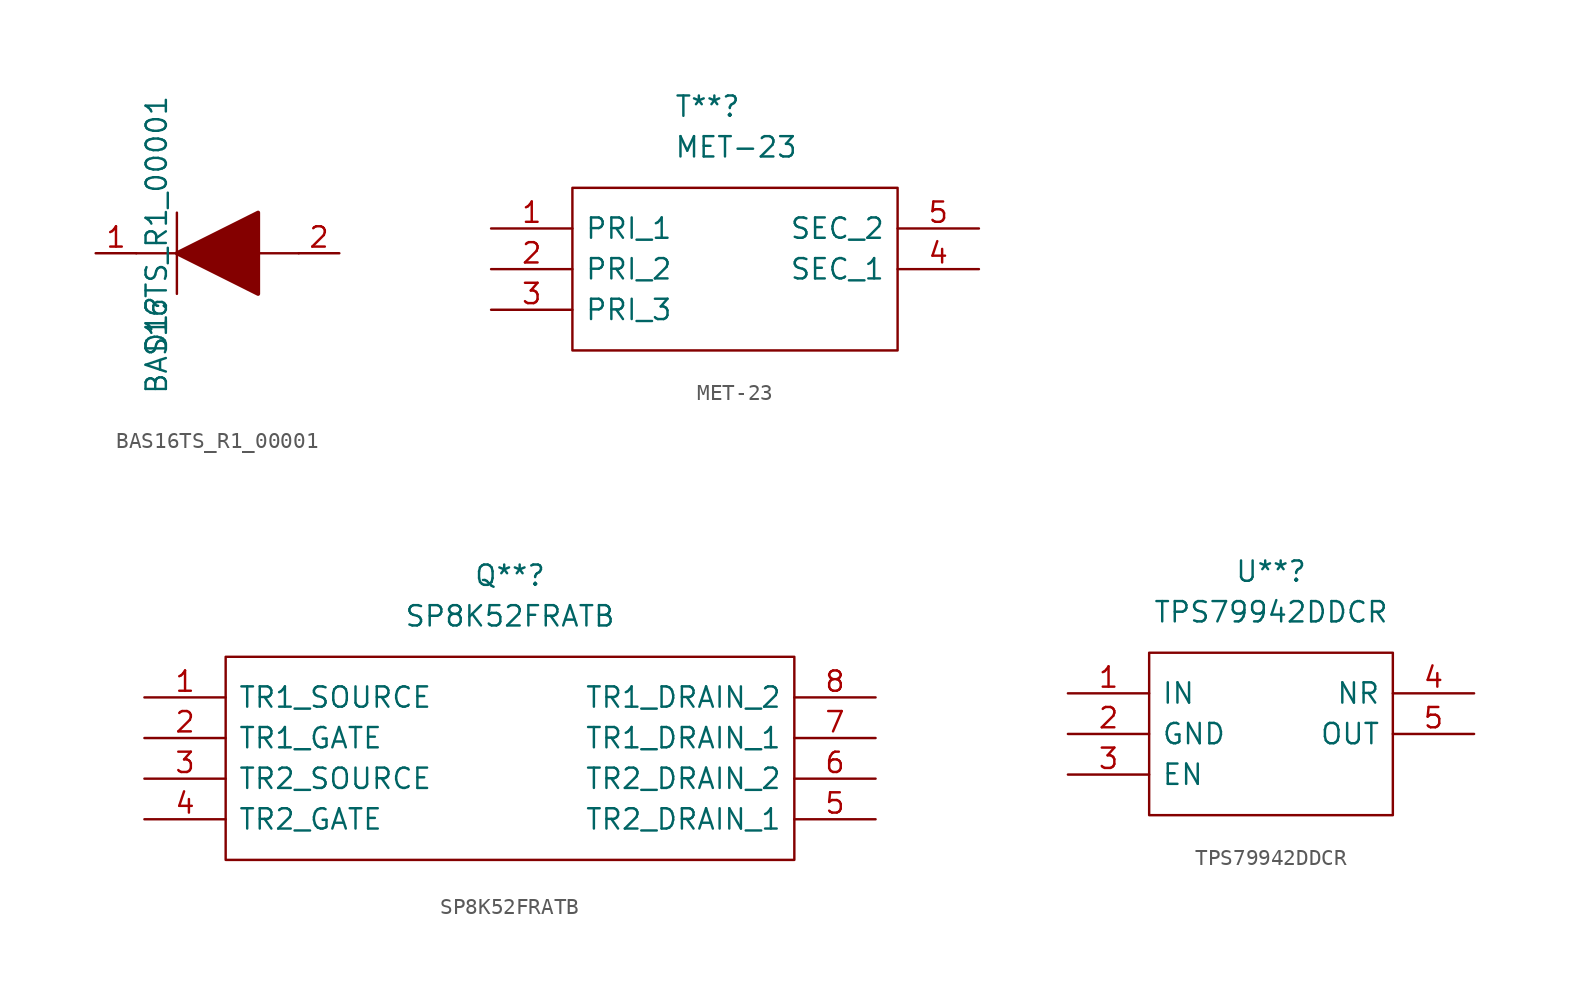
<source format=kicad_sym>
(kicad_symbol_lib
  (version 20211014)
  (generator kicad_symbol_editor)
  (symbol "BAS16TS_R1_00001"
    (pin_names
      (offset 0.762))
    (property "Reference" "D1"
      (at 3.81 -6.35 90)
      (effects (font (size 1.27 1.27)) (justify left)))
    (property "Value" "BAS16TS_R1_00001"
      (at 3.81 -8.89 90)
      (effects (font (size 1.27 1.27)) (justify left)))
    (symbol "BAS16TS_R1_00001_0_0"
      (pin passive line (at 0 0 0) (length 2.54) (name "~" (effects (font (size 1.27 1.27)))) (number "1" (effects (font (size 1.27 1.27)))))
      (pin passive line (at 15.24 0 180) (length 2.54) (name "~" (effects (font (size 1.27 1.27)))) (number "2" (effects (font (size 1.27 1.27))))))
    (symbol "BAS16TS_R1_00001_0_1"
      (polyline (pts (xy 2.54 0) (xy 5.08 0)) (stroke (width 0.152) (type default) (color 0 0 0 0)) (fill (type none)))
      (polyline (pts (xy 5.08 2.54) (xy 5.08 -2.54)) (stroke (width 0.152) (type default) (color 0 0 0 0)) (fill (type none)))
      (polyline (pts (xy 10.16 0) (xy 12.7 0)) (stroke (width 0.152) (type default) (color 0 0 0 0)) (fill (type none)))
      (polyline (pts (xy 5.08 0) (xy 10.16 2.54) (xy 10.16 -2.54) (xy 5.08 0)) (stroke (width 0.254) (type default) (color 0 0 0 0)) (fill (type outline)))))
  (symbol "MET-23"
    (pin_names
      (offset 0.762))
    (property "Reference" "T**"
      (at 11.43 7.62 0)
      (effects (font (size 1.27 1.27)) (justify left)))
    (property "Value" "MET-23"
      (at 11.43 5.08 0)
      (effects (font (size 1.27 1.27)) (justify left)))
    (symbol "MET-23_0_0"
      (pin passive line (at 0 0 0) (length 5.08) (name "PRI_1" (effects (font (size 1.27 1.27)))) (number "1" (effects (font (size 1.27 1.27)))))
      (pin passive line (at 0 -2.54 0) (length 5.08) (name "PRI_2" (effects (font (size 1.27 1.27)))) (number "2" (effects (font (size 1.27 1.27)))))
      (pin passive line (at 0 -5.08 0) (length 5.08) (name "PRI_3" (effects (font (size 1.27 1.27)))) (number "3" (effects (font (size 1.27 1.27)))))
      (pin passive line (at 30.48 -2.54 180) (length 5.08) (name "SEC_1" (effects (font (size 1.27 1.27)))) (number "4" (effects (font (size 1.27 1.27)))))
      (pin passive line (at 30.48 0 180) (length 5.08) (name "SEC_2" (effects (font (size 1.27 1.27)))) (number "5" (effects (font (size 1.27 1.27))))))
    (symbol "MET-23_0_1"
      (polyline (pts (xy 5.08 2.54) (xy 25.4 2.54) (xy 25.4 -7.62) (xy 5.08 -7.62) (xy 5.08 2.54)) (stroke (width 0.152) (type default) (color 0 0 0 0)) (fill (type none)))))
  (symbol "SP8K52FRATB"
    (pin_names
      (offset 0.762))
    (property "Reference" "Q**"
      (at 22.86 7.62 0)
      (effects (font (size 1.27 1.27))))
    (property "Value" "SP8K52FRATB"
      (at 22.86 5.08 0)
      (effects (font (size 1.27 1.27))))
    (symbol "SP8K52FRATB_0_0"
      (pin passive line (at 0 0 0) (length 5.08) (name "TR1_SOURCE" (effects (font (size 1.27 1.27)))) (number "1" (effects (font (size 1.27 1.27)))))
      (pin passive line (at 0 -2.54 0) (length 5.08) (name "TR1_GATE" (effects (font (size 1.27 1.27)))) (number "2" (effects (font (size 1.27 1.27)))))
      (pin passive line (at 0 -5.08 0) (length 5.08) (name "TR2_SOURCE" (effects (font (size 1.27 1.27)))) (number "3" (effects (font (size 1.27 1.27)))))
      (pin passive line (at 0 -7.62 0) (length 5.08) (name "TR2_GATE" (effects (font (size 1.27 1.27)))) (number "4" (effects (font (size 1.27 1.27)))))
      (pin passive line (at 45.72 -7.62 180) (length 5.08) (name "TR2_DRAIN_1" (effects (font (size 1.27 1.27)))) (number "5" (effects (font (size 1.27 1.27)))))
      (pin passive line (at 45.72 -5.08 180) (length 5.08) (name "TR2_DRAIN_2" (effects (font (size 1.27 1.27)))) (number "6" (effects (font (size 1.27 1.27)))))
      (pin passive line (at 45.72 -2.54 180) (length 5.08) (name "TR1_DRAIN_1" (effects (font (size 1.27 1.27)))) (number "7" (effects (font (size 1.27 1.27)))))
      (pin passive line (at 45.72 0 180) (length 5.08) (name "TR1_DRAIN_2" (effects (font (size 1.27 1.27)))) (number "8" (effects (font (size 1.27 1.27))))))
    (symbol "SP8K52FRATB_0_1"
      (polyline (pts (xy 5.08 2.54) (xy 40.64 2.54) (xy 40.64 -10.16) (xy 5.08 -10.16) (xy 5.08 2.54)) (stroke (width 0.152) (type default) (color 0 0 0 0)) (fill (type none)))))
  (symbol "TPS79942DDCR"
    (pin_names
      (offset 0.762))
    (property "Reference" "U**"
      (at 12.7 7.62 0)
      (effects (font (size 1.27 1.27))))
    (property "Value" "TPS79942DDCR"
      (at 12.7 5.08 0)
      (effects (font (size 1.27 1.27))))
    (symbol "TPS79942DDCR_0_0"
      (pin passive line (at 0 0 0) (length 5.08) (name "IN" (effects (font (size 1.27 1.27)))) (number "1" (effects (font (size 1.27 1.27)))))
      (pin passive line (at 0 -2.54 0) (length 5.08) (name "GND" (effects (font (size 1.27 1.27)))) (number "2" (effects (font (size 1.27 1.27)))))
      (pin passive line (at 0 -5.08 0) (length 5.08) (name "EN" (effects (font (size 1.27 1.27)))) (number "3" (effects (font (size 1.27 1.27)))))
      (pin passive line (at 25.4 0 180) (length 5.08) (name "NR" (effects (font (size 1.27 1.27)))) (number "4" (effects (font (size 1.27 1.27)))))
      (pin passive line (at 25.4 -2.54 180) (length 5.08) (name "OUT" (effects (font (size 1.27 1.27)))) (number "5" (effects (font (size 1.27 1.27))))))
    (symbol "TPS79942DDCR_0_1"
      (polyline (pts (xy 5.08 2.54) (xy 20.32 2.54) (xy 20.32 -7.62) (xy 5.08 -7.62) (xy 5.08 2.54)) (stroke (width 0.152) (type default) (color 0 0 0 0)) (fill (type none))))))
</source>
